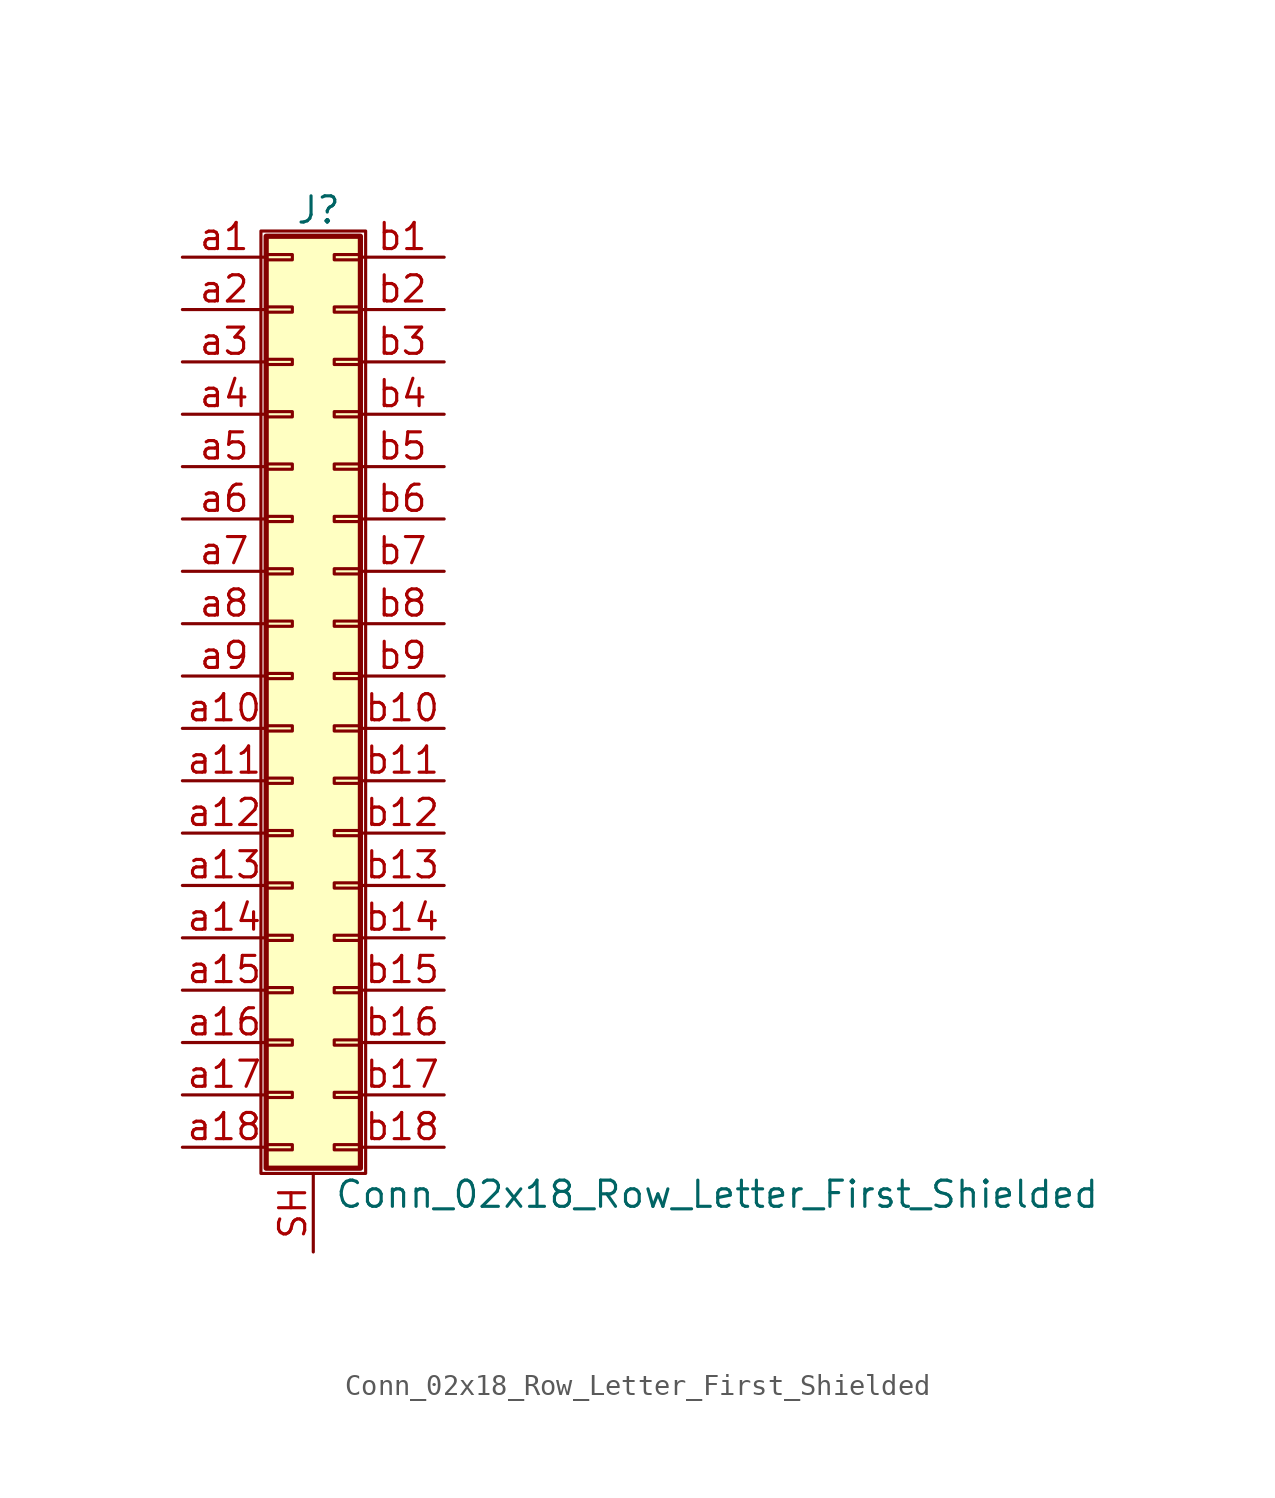
<source format=kicad_sym>
(kicad_symbol_lib
  (version 20201005)
  (generator kicad_symbol_editor)
  (symbol "Conn_02x18_Row_Letter_First_Shielded"
    (pin_names
      (offset 1.016) hide)
    (property "Reference" "J"
      (at 1.524 22.606 0)
      (effects (font (size 1.27 1.27))))
    (property "Value" "Conn_02x18_Row_Letter_First_Shielded"
      (at 2.286 -25.146 0)
      (effects (font (size 1.27 1.27)) (justify left)))
    (symbol "Conn_02x18_Row_Letter_First_Shielded_1_1"
      (rectangle (start -1.27 21.59) (end 3.81 -24.13) (stroke (width 0.152)) (fill (type none)))
      (rectangle (start -1.016 -22.733) (end 0.254 -22.987) (stroke (width 0.152)) (fill (type none)))
      (rectangle (start -1.016 -20.193) (end 0.254 -20.447) (stroke (width 0.152)) (fill (type none)))
      (rectangle (start -1.016 -17.653) (end 0.254 -17.907) (stroke (width 0.152)) (fill (type none)))
      (rectangle (start -1.016 -15.113) (end 0.254 -15.367) (stroke (width 0.152)) (fill (type none)))
      (rectangle (start -1.016 -12.573) (end 0.254 -12.827) (stroke (width 0.152)) (fill (type none)))
      (rectangle (start -1.016 -10.033) (end 0.254 -10.287) (stroke (width 0.152)) (fill (type none)))
      (rectangle (start -1.016 -7.493) (end 0.254 -7.747) (stroke (width 0.152)) (fill (type none)))
      (rectangle (start -1.016 -4.953) (end 0.254 -5.207) (stroke (width 0.152)) (fill (type none)))
      (rectangle (start -1.016 -2.413) (end 0.254 -2.667) (stroke (width 0.152)) (fill (type none)))
      (rectangle (start -1.016 0.127) (end 0.254 -0.127) (stroke (width 0.152)) (fill (type none)))
      (rectangle (start -1.016 2.667) (end 0.254 2.413) (stroke (width 0.152)) (fill (type none)))
      (rectangle (start -1.016 5.207) (end 0.254 4.953) (stroke (width 0.152)) (fill (type none)))
      (rectangle (start -1.016 7.747) (end 0.254 7.493) (stroke (width 0.152)) (fill (type none)))
      (rectangle (start -1.016 10.287) (end 0.254 10.033) (stroke (width 0.152)) (fill (type none)))
      (rectangle (start -1.016 12.827) (end 0.254 12.573) (stroke (width 0.152)) (fill (type none)))
      (rectangle (start -1.016 15.367) (end 0.254 15.113) (stroke (width 0.152)) (fill (type none)))
      (rectangle (start -1.016 17.907) (end 0.254 17.653) (stroke (width 0.152)) (fill (type none)))
      (rectangle (start -1.016 20.447) (end 0.254 20.193) (stroke (width 0.152)) (fill (type none)))
      (rectangle (start 3.556 -22.733) (end 2.286 -22.987) (stroke (width 0.152)) (fill (type none)))
      (rectangle (start 3.556 -20.193) (end 2.286 -20.447) (stroke (width 0.152)) (fill (type none)))
      (rectangle (start 3.556 -17.653) (end 2.286 -17.907) (stroke (width 0.152)) (fill (type none)))
      (rectangle (start 3.556 -15.113) (end 2.286 -15.367) (stroke (width 0.152)) (fill (type none)))
      (rectangle (start 3.556 -12.573) (end 2.286 -12.827) (stroke (width 0.152)) (fill (type none)))
      (rectangle (start 3.556 -10.033) (end 2.286 -10.287) (stroke (width 0.152)) (fill (type none)))
      (rectangle (start 3.556 -7.493) (end 2.286 -7.747) (stroke (width 0.152)) (fill (type none)))
      (rectangle (start 3.556 -4.953) (end 2.286 -5.207) (stroke (width 0.152)) (fill (type none)))
      (rectangle (start 3.556 -2.413) (end 2.286 -2.667) (stroke (width 0.152)) (fill (type none)))
      (rectangle (start 3.556 0.127) (end 2.286 -0.127) (stroke (width 0.152)) (fill (type none)))
      (rectangle (start 3.556 2.667) (end 2.286 2.413) (stroke (width 0.152)) (fill (type none)))
      (rectangle (start 3.556 5.207) (end 2.286 4.953) (stroke (width 0.152)) (fill (type none)))
      (rectangle (start 3.556 7.747) (end 2.286 7.493) (stroke (width 0.152)) (fill (type none)))
      (rectangle (start 3.556 10.287) (end 2.286 10.033) (stroke (width 0.152)) (fill (type none)))
      (rectangle (start 3.556 12.827) (end 2.286 12.573) (stroke (width 0.152)) (fill (type none)))
      (rectangle (start 3.556 15.367) (end 2.286 15.113) (stroke (width 0.152)) (fill (type none)))
      (rectangle (start 3.556 17.907) (end 2.286 17.653) (stroke (width 0.152)) (fill (type none)))
      (rectangle (start 3.556 20.447) (end 2.286 20.193) (stroke (width 0.152)) (fill (type none)))
      (rectangle (start -1.016 21.336) (end 3.556 -23.876) (stroke (width 0.254)) (fill (type background)))
      (pin passive line (at 1.27 -27.94 90) (length 3.81) (name "Shield" (effects (font (size 1.27 1.27)))) (number "SH" (effects (font (size 1.27 1.27)))))
      (pin passive line (at -5.08 20.32 0) (length 4.064) (name "Pin_a1" (effects (font (size 1.27 1.27)))) (number "a1" (effects (font (size 1.27 1.27)))))
      (pin passive line (at -5.08 -2.54 0) (length 4.064) (name "Pin_a10" (effects (font (size 1.27 1.27)))) (number "a10" (effects (font (size 1.27 1.27)))))
      (pin passive line (at -5.08 -5.08 0) (length 4.064) (name "Pin_a11" (effects (font (size 1.27 1.27)))) (number "a11" (effects (font (size 1.27 1.27)))))
      (pin passive line (at -5.08 -7.62 0) (length 4.064) (name "Pin_a12" (effects (font (size 1.27 1.27)))) (number "a12" (effects (font (size 1.27 1.27)))))
      (pin passive line (at -5.08 -10.16 0) (length 4.064) (name "Pin_a13" (effects (font (size 1.27 1.27)))) (number "a13" (effects (font (size 1.27 1.27)))))
      (pin passive line (at -5.08 -12.7 0) (length 4.064) (name "Pin_a14" (effects (font (size 1.27 1.27)))) (number "a14" (effects (font (size 1.27 1.27)))))
      (pin passive line (at -5.08 -15.24 0) (length 4.064) (name "Pin_a15" (effects (font (size 1.27 1.27)))) (number "a15" (effects (font (size 1.27 1.27)))))
      (pin passive line (at -5.08 -17.78 0) (length 4.064) (name "Pin_a16" (effects (font (size 1.27 1.27)))) (number "a16" (effects (font (size 1.27 1.27)))))
      (pin passive line (at -5.08 -20.32 0) (length 4.064) (name "Pin_a17" (effects (font (size 1.27 1.27)))) (number "a17" (effects (font (size 1.27 1.27)))))
      (pin passive line (at -5.08 -22.86 0) (length 4.064) (name "Pin_a18" (effects (font (size 1.27 1.27)))) (number "a18" (effects (font (size 1.27 1.27)))))
      (pin passive line (at -5.08 17.78 0) (length 4.064) (name "Pin_a2" (effects (font (size 1.27 1.27)))) (number "a2" (effects (font (size 1.27 1.27)))))
      (pin passive line (at -5.08 15.24 0) (length 4.064) (name "Pin_a3" (effects (font (size 1.27 1.27)))) (number "a3" (effects (font (size 1.27 1.27)))))
      (pin passive line (at -5.08 12.7 0) (length 4.064) (name "Pin_a4" (effects (font (size 1.27 1.27)))) (number "a4" (effects (font (size 1.27 1.27)))))
      (pin passive line (at -5.08 10.16 0) (length 4.064) (name "Pin_a5" (effects (font (size 1.27 1.27)))) (number "a5" (effects (font (size 1.27 1.27)))))
      (pin passive line (at -5.08 7.62 0) (length 4.064) (name "Pin_a6" (effects (font (size 1.27 1.27)))) (number "a6" (effects (font (size 1.27 1.27)))))
      (pin passive line (at -5.08 5.08 0) (length 4.064) (name "Pin_a7" (effects (font (size 1.27 1.27)))) (number "a7" (effects (font (size 1.27 1.27)))))
      (pin passive line (at -5.08 2.54 0) (length 4.064) (name "Pin_a8" (effects (font (size 1.27 1.27)))) (number "a8" (effects (font (size 1.27 1.27)))))
      (pin passive line (at -5.08 0 0) (length 4.064) (name "Pin_a9" (effects (font (size 1.27 1.27)))) (number "a9" (effects (font (size 1.27 1.27)))))
      (pin passive line (at 7.62 20.32 180) (length 4.064) (name "Pin_b1" (effects (font (size 1.27 1.27)))) (number "b1" (effects (font (size 1.27 1.27)))))
      (pin passive line (at 7.62 -2.54 180) (length 4.064) (name "Pin_b10" (effects (font (size 1.27 1.27)))) (number "b10" (effects (font (size 1.27 1.27)))))
      (pin passive line (at 7.62 -5.08 180) (length 4.064) (name "Pin_b11" (effects (font (size 1.27 1.27)))) (number "b11" (effects (font (size 1.27 1.27)))))
      (pin passive line (at 7.62 -7.62 180) (length 4.064) (name "Pin_b12" (effects (font (size 1.27 1.27)))) (number "b12" (effects (font (size 1.27 1.27)))))
      (pin passive line (at 7.62 -10.16 180) (length 4.064) (name "Pin_b13" (effects (font (size 1.27 1.27)))) (number "b13" (effects (font (size 1.27 1.27)))))
      (pin passive line (at 7.62 -12.7 180) (length 4.064) (name "Pin_b14" (effects (font (size 1.27 1.27)))) (number "b14" (effects (font (size 1.27 1.27)))))
      (pin passive line (at 7.62 -15.24 180) (length 4.064) (name "Pin_b15" (effects (font (size 1.27 1.27)))) (number "b15" (effects (font (size 1.27 1.27)))))
      (pin passive line (at 7.62 -17.78 180) (length 4.064) (name "Pin_b16" (effects (font (size 1.27 1.27)))) (number "b16" (effects (font (size 1.27 1.27)))))
      (pin passive line (at 7.62 -20.32 180) (length 4.064) (name "Pin_b17" (effects (font (size 1.27 1.27)))) (number "b17" (effects (font (size 1.27 1.27)))))
      (pin passive line (at 7.62 -22.86 180) (length 4.064) (name "Pin_b18" (effects (font (size 1.27 1.27)))) (number "b18" (effects (font (size 1.27 1.27)))))
      (pin passive line (at 7.62 17.78 180) (length 4.064) (name "Pin_b2" (effects (font (size 1.27 1.27)))) (number "b2" (effects (font (size 1.27 1.27)))))
      (pin passive line (at 7.62 15.24 180) (length 4.064) (name "Pin_b3" (effects (font (size 1.27 1.27)))) (number "b3" (effects (font (size 1.27 1.27)))))
      (pin passive line (at 7.62 12.7 180) (length 4.064) (name "Pin_b4" (effects (font (size 1.27 1.27)))) (number "b4" (effects (font (size 1.27 1.27)))))
      (pin passive line (at 7.62 10.16 180) (length 4.064) (name "Pin_b5" (effects (font (size 1.27 1.27)))) (number "b5" (effects (font (size 1.27 1.27)))))
      (pin passive line (at 7.62 7.62 180) (length 4.064) (name "Pin_b6" (effects (font (size 1.27 1.27)))) (number "b6" (effects (font (size 1.27 1.27)))))
      (pin passive line (at 7.62 5.08 180) (length 4.064) (name "Pin_b7" (effects (font (size 1.27 1.27)))) (number "b7" (effects (font (size 1.27 1.27)))))
      (pin passive line (at 7.62 2.54 180) (length 4.064) (name "Pin_b8" (effects (font (size 1.27 1.27)))) (number "b8" (effects (font (size 1.27 1.27)))))
      (pin passive line (at 7.62 0 180) (length 4.064) (name "Pin_b9" (effects (font (size 1.27 1.27)))) (number "b9" (effects (font (size 1.27 1.27))))))))
</source>
